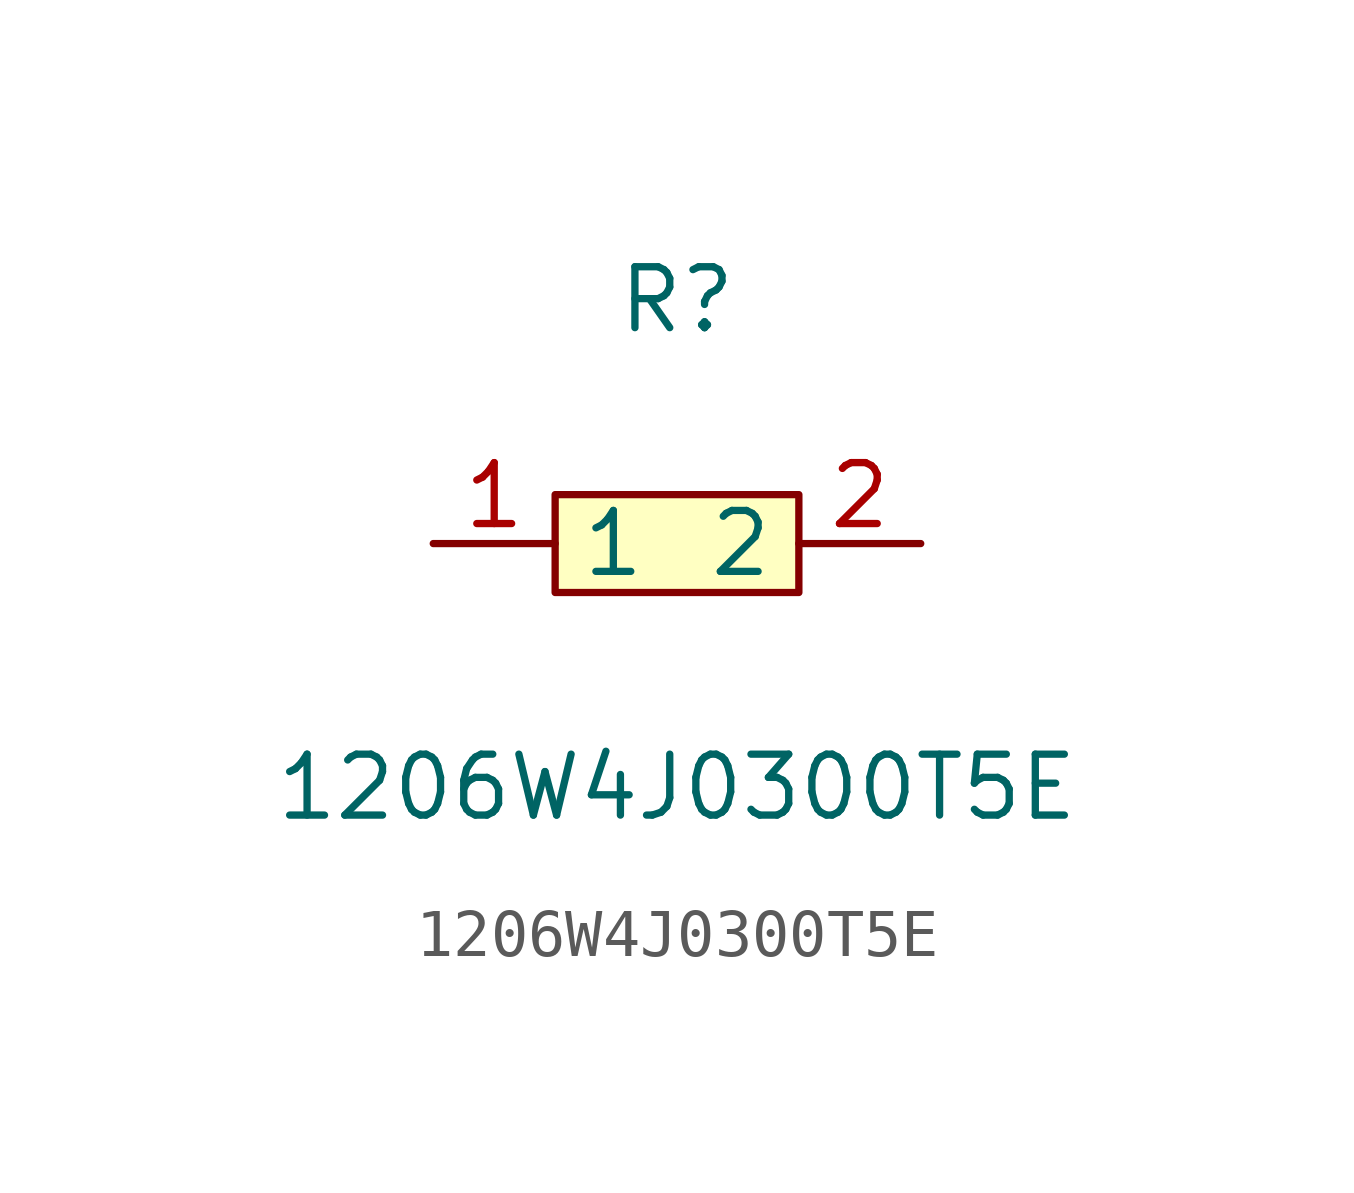
<source format=kicad_sym>
(kicad_symbol_lib
  (version 1)
  (generator "faebryk")
  (symbol "1206W4J0300T5E"
    (property "Reference" "R"
      (at 0 5.08 0)
      (effects (font (size 1.27 1.27)) (hide no)))
    (property "Value" "1206W4J0300T5E"
      (at 0 -5.08 0)
      (effects (font (size 1.27 1.27)) (hide no)))
    (symbol "1206W4J0300T5E_0_1"
      (rectangle (start -2.54 1.02) (end 2.54 -1.02) (stroke (width 0) (type default) (color 0 0 0 0)) (fill (type background)))
      (pin input line (at 5.08 0 180) (length 2.54) (name "2" (effects (font (size 1.27 1.27)) (hide no))) (number "2" (effects (font (size 1.27 1.27)) (hide no))))
      (pin input line (at -5.08 0 0) (length 2.54) (name "1" (effects (font (size 1.27 1.27)) (hide no))) (number "1" (effects (font (size 1.27 1.27)) (hide no)))))))
</source>
